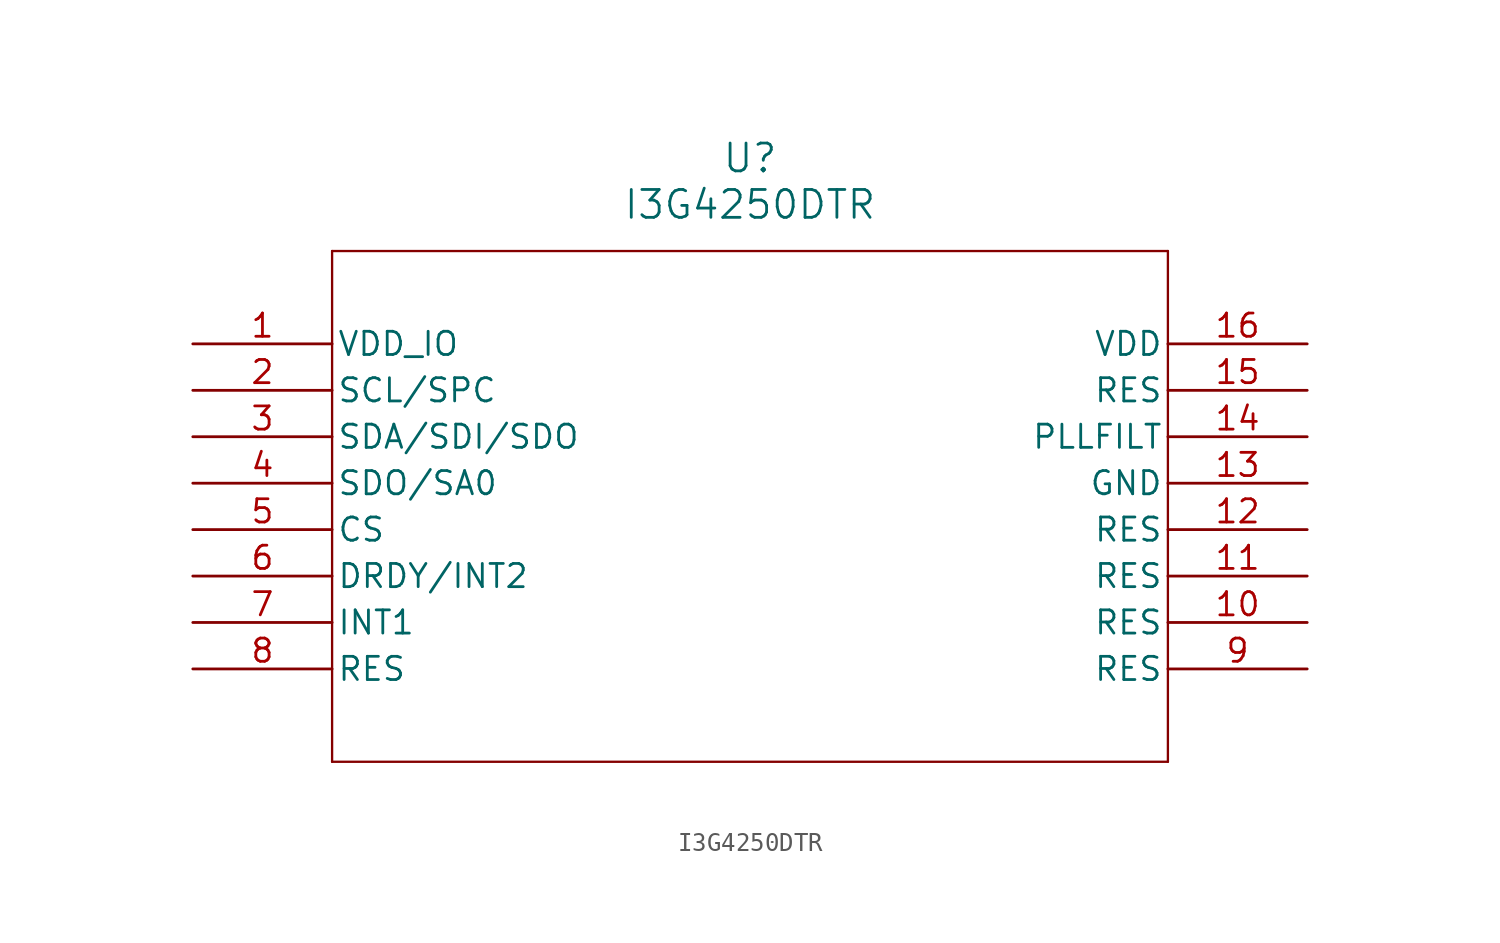
<source format=kicad_sym>
(kicad_symbol_lib
  (version 20211014)
  (generator kicad_symbol_editor)
  (symbol "I3G4250DTR"
    (pin_names
      (offset 0.254))
    (property "Reference" "U"
      (at 30.48 10.16 0)
      (effects (font (size 1.524 1.524))))
    (property "Value" "I3G4250DTR"
      (at 30.48 7.62 0)
      (effects (font (size 1.524 1.524))))
    (polyline
      (pts (xy 7.62 5.08) (xy 7.62 -22.86))
      (stroke (width 0.127) (type default) (color 0 0 0 0))
      (fill (type none)))
    (polyline
      (pts (xy 7.62 -22.86) (xy 53.34 -22.86))
      (stroke (width 0.127) (type default) (color 0 0 0 0))
      (fill (type none)))
    (polyline
      (pts (xy 53.34 -22.86) (xy 53.34 5.08))
      (stroke (width 0.127) (type default) (color 0 0 0 0))
      (fill (type none)))
    (polyline
      (pts (xy 53.34 5.08) (xy 7.62 5.08))
      (stroke (width 0.127) (type default) (color 0 0 0 0))
      (fill (type none)))
    (pin power_in line
      (at 0 0 0)
      (length 7.62)
      (name "VDD_IO" (effects (font (size 1.27 1.27))))
      (number "1" (effects (font (size 1.27 1.27)))))
    (pin unspecified line
      (at 0 -2.54 0)
      (length 7.62)
      (name "SCL/SPC" (effects (font (size 1.27 1.27))))
      (number "2" (effects (font (size 1.27 1.27)))))
    (pin unspecified line
      (at 0 -5.08 0)
      (length 7.62)
      (name "SDA/SDI/SDO" (effects (font (size 1.27 1.27))))
      (number "3" (effects (font (size 1.27 1.27)))))
    (pin unspecified line
      (at 0 -7.62 0)
      (length 7.62)
      (name "SDO/SA0" (effects (font (size 1.27 1.27))))
      (number "4" (effects (font (size 1.27 1.27)))))
    (pin unspecified line
      (at 0 -10.16 0)
      (length 7.62)
      (name "CS" (effects (font (size 1.27 1.27))))
      (number "5" (effects (font (size 1.27 1.27)))))
    (pin unspecified line
      (at 0 -12.7 0)
      (length 7.62)
      (name "DRDY/INT2" (effects (font (size 1.27 1.27))))
      (number "6" (effects (font (size 1.27 1.27)))))
    (pin input line
      (at 0 -15.24 0)
      (length 7.62)
      (name "INT1" (effects (font (size 1.27 1.27))))
      (number "7" (effects (font (size 1.27 1.27)))))
    (pin power_out line
      (at 0 -17.78 0)
      (length 7.62)
      (name "RES" (effects (font (size 1.27 1.27))))
      (number "8" (effects (font (size 1.27 1.27)))))
    (pin power_out line
      (at 60.96 -17.78 180)
      (length 7.62)
      (name "RES" (effects (font (size 1.27 1.27))))
      (number "9" (effects (font (size 1.27 1.27)))))
    (pin power_out line
      (at 60.96 -15.24 180)
      (length 7.62)
      (name "RES" (effects (font (size 1.27 1.27))))
      (number "10" (effects (font (size 1.27 1.27)))))
    (pin power_out line
      (at 60.96 -12.7 180)
      (length 7.62)
      (name "RES" (effects (font (size 1.27 1.27))))
      (number "11" (effects (font (size 1.27 1.27)))))
    (pin power_out line
      (at 60.96 -10.16 180)
      (length 7.62)
      (name "RES" (effects (font (size 1.27 1.27))))
      (number "12" (effects (font (size 1.27 1.27)))))
    (pin power_out line
      (at 60.96 -7.62 180)
      (length 7.62)
      (name "GND" (effects (font (size 1.27 1.27))))
      (number "13" (effects (font (size 1.27 1.27)))))
    (pin unspecified line
      (at 60.96 -5.08 180)
      (length 7.62)
      (name "PLLFILT" (effects (font (size 1.27 1.27))))
      (number "14" (effects (font (size 1.27 1.27)))))
    (pin power_in line
      (at 60.96 -2.54 180)
      (length 7.62)
      (name "RES" (effects (font (size 1.27 1.27))))
      (number "15" (effects (font (size 1.27 1.27)))))
    (pin power_in line
      (at 60.96 0 180)
      (length 7.62)
      (name "VDD" (effects (font (size 1.27 1.27))))
      (number "16" (effects (font (size 1.27 1.27)))))))
</source>
